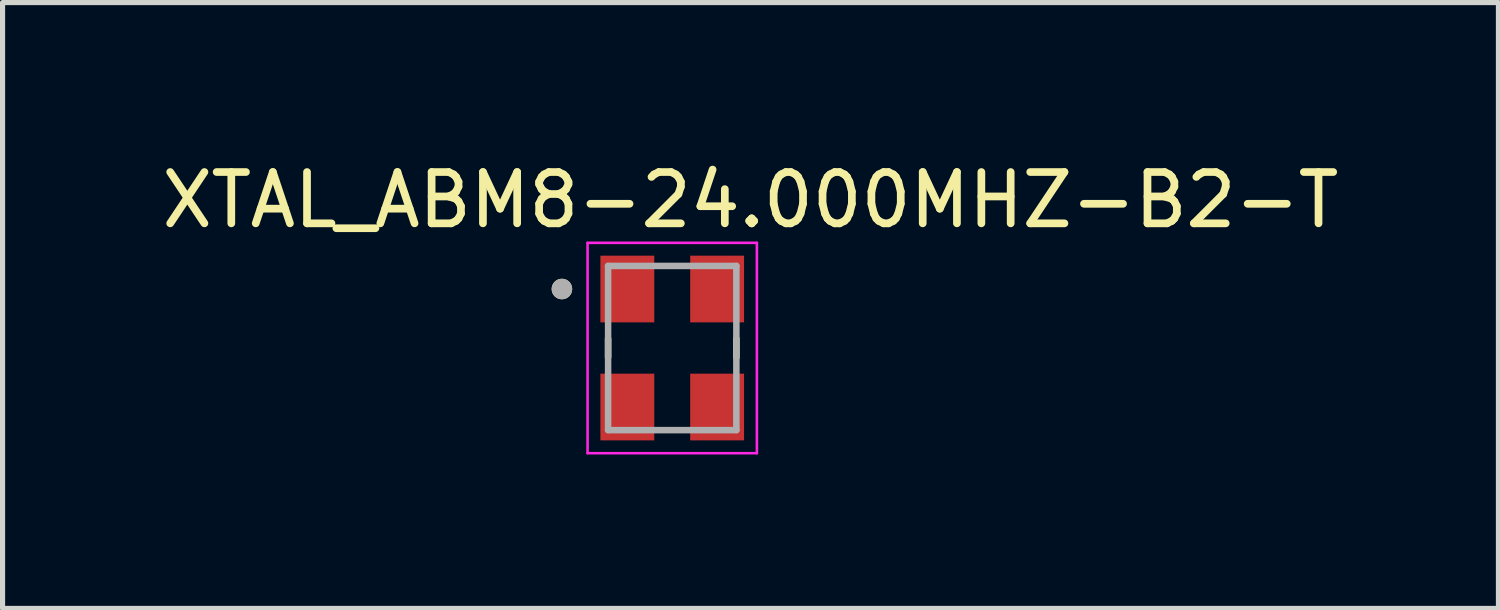
<source format=kicad_pcb>
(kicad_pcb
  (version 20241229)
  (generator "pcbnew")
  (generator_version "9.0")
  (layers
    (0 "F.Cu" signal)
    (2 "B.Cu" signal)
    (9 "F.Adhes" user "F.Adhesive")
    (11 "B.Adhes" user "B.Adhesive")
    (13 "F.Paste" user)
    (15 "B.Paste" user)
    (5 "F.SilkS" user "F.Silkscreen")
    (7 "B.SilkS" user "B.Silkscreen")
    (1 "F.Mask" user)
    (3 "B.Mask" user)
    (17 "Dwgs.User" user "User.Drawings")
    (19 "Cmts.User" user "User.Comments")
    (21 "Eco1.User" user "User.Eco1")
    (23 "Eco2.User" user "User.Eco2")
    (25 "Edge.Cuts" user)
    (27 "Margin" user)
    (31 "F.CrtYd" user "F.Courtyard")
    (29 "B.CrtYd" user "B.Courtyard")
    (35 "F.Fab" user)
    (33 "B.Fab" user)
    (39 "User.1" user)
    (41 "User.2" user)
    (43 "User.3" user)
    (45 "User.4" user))
  (footprint "XTAL_ABM8-24.000MHZ-B2-T"
    (layer "F.Cu")
    (at 10.052 3.733)
    (property "Reference" "XTAL_ABM8-24.000MHZ-B2-T" (at 1.525 -2.885 0) (layer "F.SilkS") (effects (font (size 1 1) (thickness 0.15))))
    (attr smd)
    (fp_line (start -1.25 -0.18) (end -1.25 0.18) (stroke (width 0.127) (type solid)) (layer "F.SilkS"))
    (fp_line (start 1.25 -0.18) (end 1.25 0.18) (stroke (width 0.127) (type solid)) (layer "F.SilkS"))
    (fp_circle (center -2.15 -1.15) (end -2.05 -1.15) (stroke (width 0.2) (type solid)) (fill no) (layer "F.SilkS"))
    (fp_line (start -1.65 -2.05) (end -1.65 2.05) (stroke (width 0.05) (type solid)) (layer "F.CrtYd"))
    (fp_line (start -1.65 -2.05) (end 1.65 -2.05) (stroke (width 0.05) (type solid)) (layer "F.CrtYd"))
    (fp_line (start 1.65 -2.05) (end 1.65 2.05) (stroke (width 0.05) (type solid)) (layer "F.CrtYd"))
    (fp_line (start 1.65 2.05) (end -1.65 2.05) (stroke (width 0.05) (type solid)) (layer "F.CrtYd"))
    (fp_line (start -1.25 -1.6) (end -1.25 1.6) (stroke (width 0.127) (type solid)) (layer "F.Fab"))
    (fp_line (start -1.25 -1.6) (end 1.25 -1.6) (stroke (width 0.127) (type solid)) (layer "F.Fab"))
    (fp_line (start 1.25 -1.6) (end 1.25 1.6) (stroke (width 0.127) (type solid)) (layer "F.Fab"))
    (fp_line (start 1.25 1.6) (end -1.25 1.6) (stroke (width 0.127) (type solid)) (layer "F.Fab"))
    (fp_circle (center -2.15 -1.15) (end -2.05 -1.15) (stroke (width 0.2) (type solid)) (fill no) (layer "F.Fab"))
    (pad "1" smd rect (at -0.875 -1.15) (size 1.05 1.3) (layers "F.Cu" "F.Mask" "F.Paste"))
    (pad "2" smd rect (at -0.875 1.15) (size 1.05 1.3) (layers "F.Cu" "F.Mask" "F.Paste"))
    (pad "3" smd rect (at 0.875 1.15) (size 1.05 1.3) (layers "F.Cu" "F.Mask" "F.Paste"))
    (pad "4" smd rect (at 0.875 -1.15) (size 1.05 1.3) (layers "F.Cu" "F.Mask" "F.Paste")))
  (gr_rect
    (start -3 -3)
    (end 26.155 8.808)
    (stroke (width 0.1) (type default))
    (fill no)
    (layer "Edge.Cuts")))
</source>
